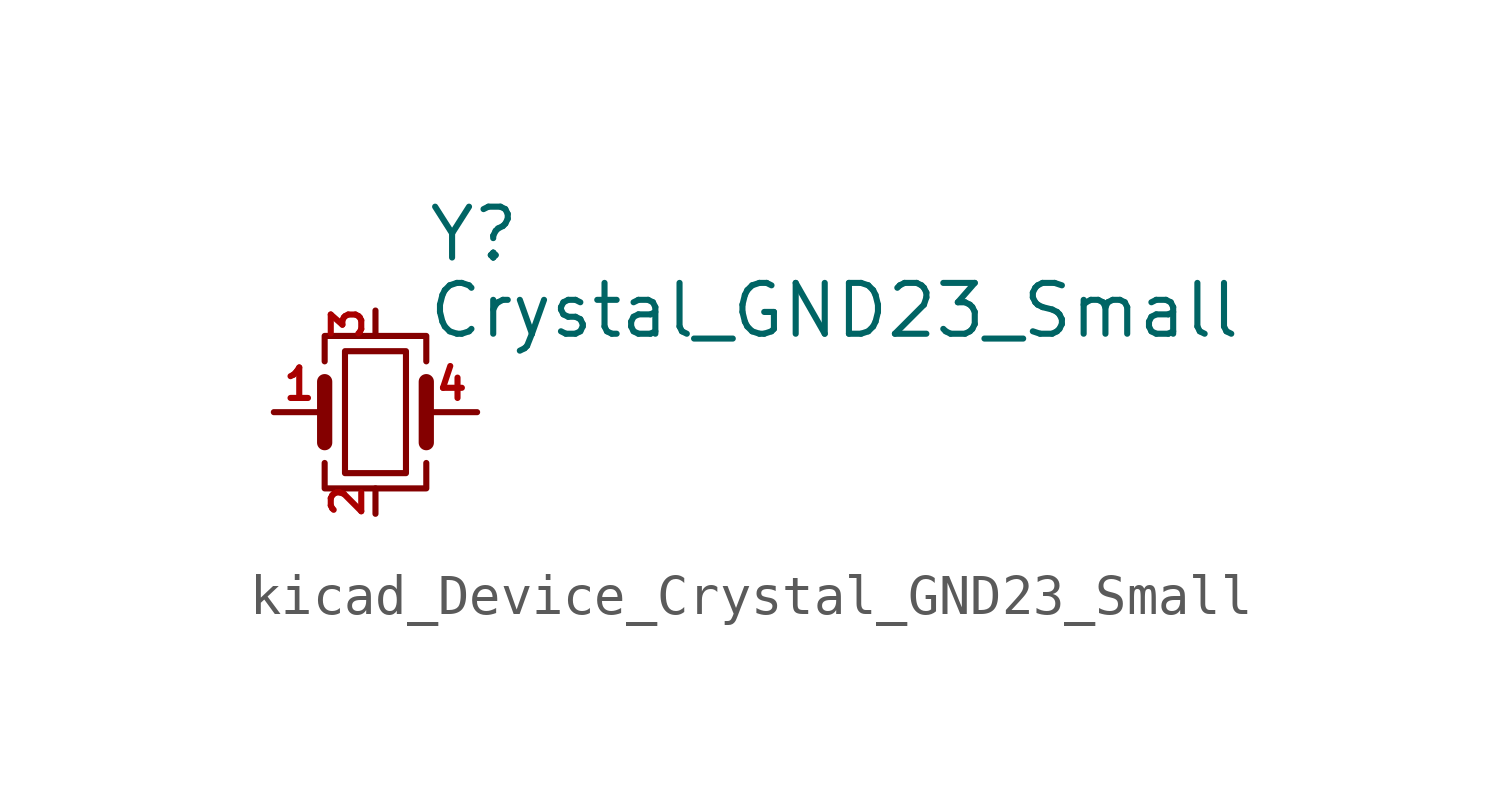
<source format=kicad_sym>
(kicad_symbol_lib
  (version 20220914)
  (generator kicad_symbol_editor)
  (symbol "kicad_Device_Crystal_GND23_Small"
    (pin_names
      (offset 1.016) hide)
    (property "Reference" "Y"
      (at 1.27 4.445 0)
      (effects (font (size 1.27 1.27)) (justify left)))
    (property "Value" "Crystal_GND23_Small"
      (at 1.27 2.54 0)
      (effects (font (size 1.27 1.27)) (justify left)))
    (symbol "kicad_Device_Crystal_GND23_Small_0_1"
      (rectangle (start -0.762 -1.524) (end 0.762 1.524) (stroke (width 0) (type default)) (fill (type none)))
      (polyline (pts (xy -1.27 -0.762) (xy -1.27 0.762)) (stroke (width 0.381) (type default)) (fill (type none)))
      (polyline (pts (xy 1.27 -0.762) (xy 1.27 0.762)) (stroke (width 0.381) (type default)) (fill (type none)))
      (polyline (pts (xy -1.27 -1.27) (xy -1.27 -1.905) (xy 1.27 -1.905) (xy 1.27 -1.27)) (stroke (width 0) (type default)) (fill (type none)))
      (polyline (pts (xy -1.27 1.27) (xy -1.27 1.905) (xy 1.27 1.905) (xy 1.27 1.27)) (stroke (width 0) (type default)) (fill (type none))))
    (symbol "kicad_Device_Crystal_GND23_Small_1_1"
      (pin passive line (at -2.54 0 0) (length 1.27) (name "1" (effects (font (size 1.27 1.27)))) (number "1" (effects (font (size 0.762 0.762)))))
      (pin passive line (at 0 -2.54 90) (length 0.635) (name "2" (effects (font (size 1.27 1.27)))) (number "2" (effects (font (size 0.762 0.762)))))
      (pin passive line (at 0 2.54 270) (length 0.635) (name "3" (effects (font (size 1.27 1.27)))) (number "3" (effects (font (size 0.762 0.762)))))
      (pin passive line (at 2.54 0 180) (length 1.27) (name "4" (effects (font (size 1.27 1.27)))) (number "4" (effects (font (size 0.762 0.762))))))))
</source>
